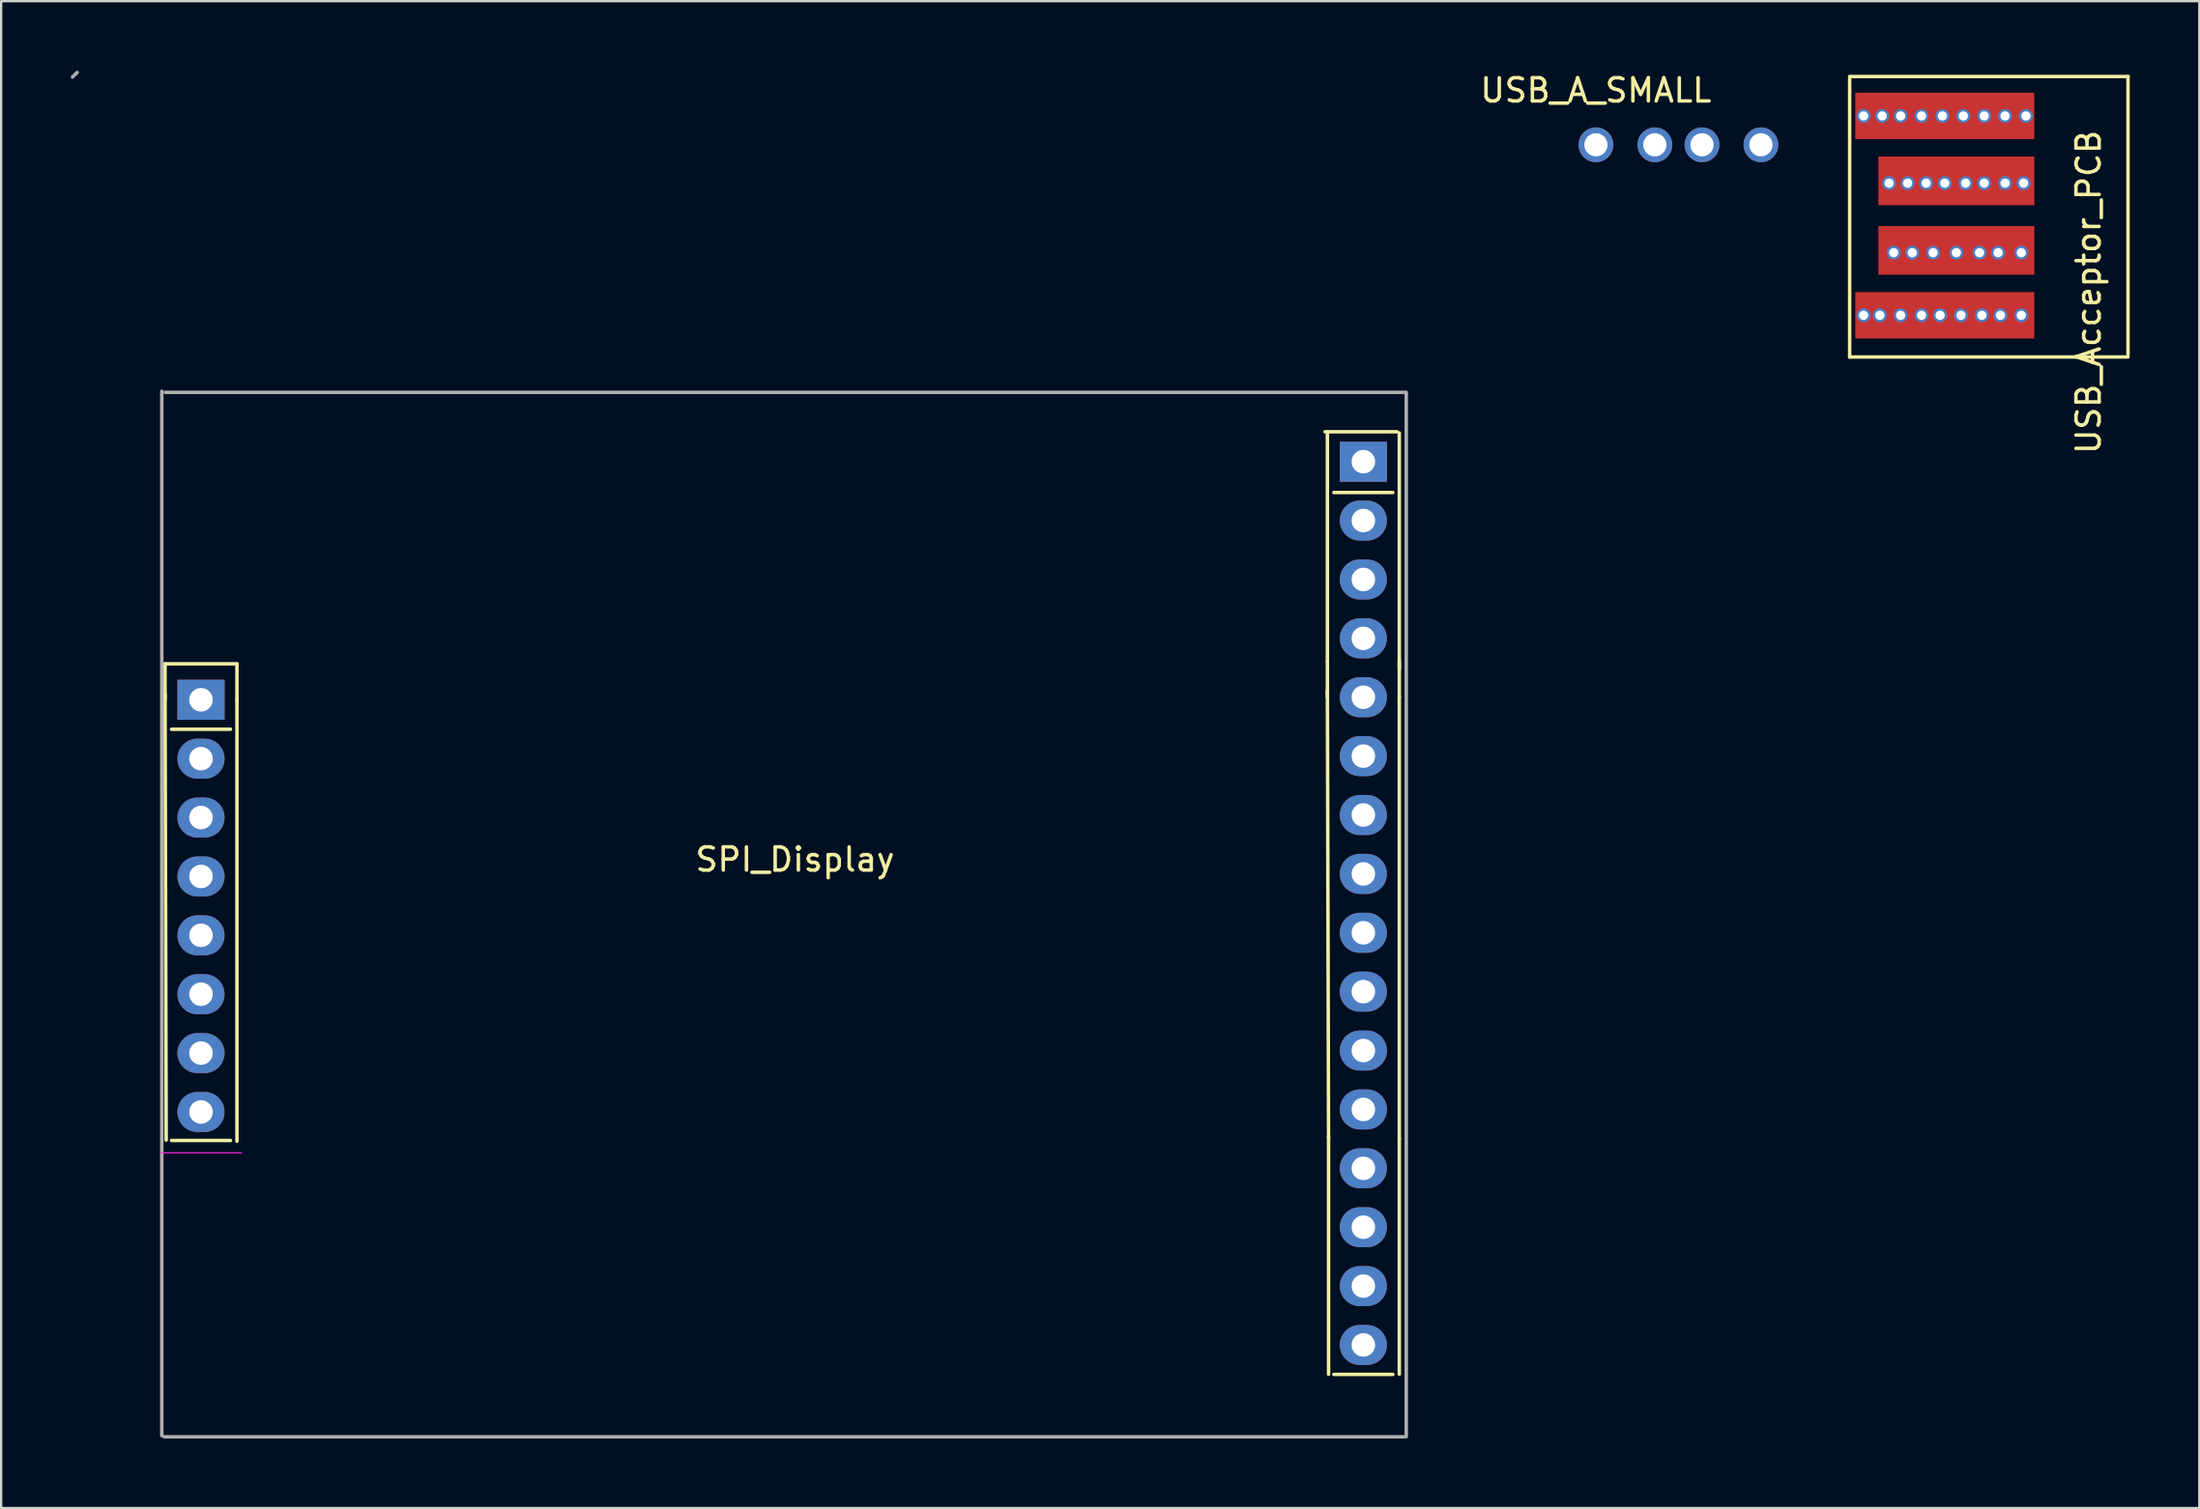
<source format=kicad_pcb>
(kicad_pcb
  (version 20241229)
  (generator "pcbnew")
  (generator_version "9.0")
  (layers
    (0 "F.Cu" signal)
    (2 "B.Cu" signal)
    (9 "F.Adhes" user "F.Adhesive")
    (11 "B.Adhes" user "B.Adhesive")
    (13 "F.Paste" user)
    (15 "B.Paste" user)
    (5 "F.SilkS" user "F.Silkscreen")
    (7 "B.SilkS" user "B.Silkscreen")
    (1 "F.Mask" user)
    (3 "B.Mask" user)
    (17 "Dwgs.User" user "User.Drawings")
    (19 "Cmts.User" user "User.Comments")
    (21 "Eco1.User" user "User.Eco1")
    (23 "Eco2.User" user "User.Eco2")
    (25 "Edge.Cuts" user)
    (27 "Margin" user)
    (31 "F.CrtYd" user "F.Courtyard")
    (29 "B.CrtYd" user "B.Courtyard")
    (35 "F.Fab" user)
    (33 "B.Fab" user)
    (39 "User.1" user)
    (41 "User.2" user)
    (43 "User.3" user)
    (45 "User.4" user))
  (footprint "USB_Acceptor_PCB"
    (layer "F.Cu")
    (at 80.79 0.25)
    (property "Reference" "USB_Acceptor_PCB" (at 6.2 9.3 90) (layer "F.SilkS") (effects (font (size 1 1) (thickness 0.15))))
    (attr through_hole)
    (fp_line (start -4.1 0) (end 7.9 0) (stroke (width 0.15) (type solid)) (layer "F.SilkS"))
    (fp_line (start -4.1 0.1) (end -4.1 12.1) (stroke (width 0.15) (type solid)) (layer "F.SilkS"))
    (fp_line (start -4.1 12.1) (end 7.9 12.1) (stroke (width 0.15) (type solid)) (layer "F.SilkS"))
    (fp_line (start 7.9 0) (end 7.9 12) (stroke (width 0.15) (type solid)) (layer "F.SilkS"))
    (pad "1" thru_hole circle (at -3.5 1.7) (size 0.6 0.6) (drill 0.4) (layers "*.Cu" "*.Mask"))
    (pad "1" thru_hole circle (at -2.7 1.7) (size 0.6 0.6) (drill 0.4) (layers "*.Cu" "*.Mask"))
    (pad "1" thru_hole circle (at -1.9 1.7) (size 0.6 0.6) (drill 0.4) (layers "*.Cu" "*.Mask"))
    (pad "1" thru_hole circle (at -1 1.7) (size 0.6 0.6) (drill 0.4) (layers "*.Cu" "*.Mask"))
    (pad "1" thru_hole circle (at -0.1 1.7) (size 0.6 0.6) (drill 0.4) (layers "*.Cu" "*.Mask"))
    (pad "1" smd rect (at 0 1.7) (size 7.72 2) (layers "F.Cu" "F.Mask" "F.Paste"))
    (pad "1" thru_hole circle (at 0.8 1.7) (size 0.6 0.6) (drill 0.4) (layers "*.Cu" "*.Mask"))
    (pad "1" thru_hole circle (at 1.7 1.7) (size 0.6 0.6) (drill 0.4) (layers "*.Cu" "*.Mask"))
    (pad "1" thru_hole circle (at 2.6 1.7) (size 0.6 0.6) (drill 0.4) (layers "*.Cu" "*.Mask"))
    (pad "1" thru_hole circle (at 3.5 1.7) (size 0.6 0.6) (drill 0.4) (layers "*.Cu" "*.Mask"))
    (pad "2" thru_hole circle (at -2.4 4.6) (size 0.6 0.6) (drill 0.4) (layers "*.Cu" "*.Mask"))
    (pad "2" thru_hole circle (at -1.6 4.6) (size 0.6 0.6) (drill 0.4) (layers "*.Cu" "*.Mask"))
    (pad "2" thru_hole circle (at -0.8 4.6) (size 0.6 0.6) (drill 0.4) (layers "*.Cu" "*.Mask"))
    (pad "2" thru_hole circle (at 0 4.6) (size 0.6 0.6) (drill 0.4) (layers "*.Cu" "*.Mask"))
    (pad "2" smd rect (at 0.5 4.5) (size 6.72 2.1) (layers "F.Cu" "F.Mask" "F.Paste"))
    (pad "2" thru_hole circle (at 0.9 4.6) (size 0.6 0.6) (drill 0.4) (layers "*.Cu" "*.Mask"))
    (pad "2" thru_hole circle (at 1.7 4.6) (size 0.6 0.6) (drill 0.4) (layers "*.Cu" "*.Mask"))
    (pad "2" thru_hole circle (at 2.6 4.6) (size 0.6 0.6) (drill 0.4) (layers "*.Cu" "*.Mask"))
    (pad "2" thru_hole circle (at 3.4 4.6) (size 0.6 0.6) (drill 0.4) (layers "*.Cu" "*.Mask"))
    (pad "3" thru_hole circle (at -2.2 7.6) (size 0.6 0.6) (drill 0.4) (layers "*.Cu" "*.Mask"))
    (pad "3" thru_hole circle (at -1.4 7.6) (size 0.6 0.6) (drill 0.4) (layers "*.Cu" "*.Mask"))
    (pad "3" thru_hole circle (at -0.5 7.6) (size 0.6 0.6) (drill 0.4) (layers "*.Cu" "*.Mask"))
    (pad "3" smd rect (at 0.5 7.5) (size 6.72 2.1) (layers "F.Cu" "F.Mask" "F.Paste"))
    (pad "3" thru_hole circle (at 0.5 7.6) (size 0.6 0.6) (drill 0.4) (layers "*.Cu" "*.Mask"))
    (pad "3" thru_hole circle (at 1.5 7.6) (size 0.6 0.6) (drill 0.4) (layers "*.Cu" "*.Mask"))
    (pad "3" thru_hole circle (at 2.3 7.6) (size 0.6 0.6) (drill 0.4) (layers "*.Cu" "*.Mask"))
    (pad "3" thru_hole circle (at 3.3 7.6) (size 0.6 0.6) (drill 0.4) (layers "*.Cu" "*.Mask"))
    (pad "4" thru_hole circle (at -3.5 10.3) (size 0.6 0.6) (drill 0.4) (layers "*.Cu" "*.Mask"))
    (pad "4" thru_hole circle (at -2.8 10.3) (size 0.6 0.6) (drill 0.4) (layers "*.Cu" "*.Mask"))
    (pad "4" thru_hole circle (at -1.9 10.3) (size 0.6 0.6) (drill 0.4) (layers "*.Cu" "*.Mask"))
    (pad "4" thru_hole circle (at -1 10.3) (size 0.6 0.6) (drill 0.4) (layers "*.Cu" "*.Mask"))
    (pad "4" thru_hole circle (at -0.2 10.3) (size 0.6 0.6) (drill 0.4) (layers "*.Cu" "*.Mask"))
    (pad "4" smd rect (at 0 10.3) (size 7.72 2) (layers "F.Cu" "F.Mask" "F.Paste"))
    (pad "4" thru_hole circle (at 0.7 10.3) (size 0.6 0.6) (drill 0.4) (layers "*.Cu" "*.Mask"))
    (pad "4" thru_hole circle (at 1.6 10.3) (size 0.6 0.6) (drill 0.4) (layers "*.Cu" "*.Mask"))
    (pad "4" thru_hole circle (at 2.4 10.3) (size 0.6 0.6) (drill 0.4) (layers "*.Cu" "*.Mask"))
    (pad "4" thru_hole circle (at 3.3 10.3) (size 0.6 0.6) (drill 0.4) (layers "*.Cu" "*.Mask")))
  (footprint "SPI_Display"
    (layer "F.Cu")
    (at 5.725 27.025)
    (property "Reference" "SPI_Display" (at 25.5 7 0) (layer "F.SilkS") (effects (font (size 1 1) (thickness 0.15))))
    (attr through_hole)
    (fp_line (start -1.66 -1.44) (end 1.44 -1.44) (stroke (width 0.15) (type solid)) (layer "F.SilkS"))
    (fp_line (start -1.66 -0.15) (end -1.61 19.1) (stroke (width 0.15) (type solid)) (layer "F.SilkS"))
    (fp_line (start -1.66 0.11) (end -1.66 -1.44) (stroke (width 0.15) (type solid)) (layer "F.SilkS"))
    (fp_line (start -1.38 19.12) (end 1.16 19.12) (stroke (width 0.15) (type solid)) (layer "F.SilkS"))
    (fp_line (start 1.16 1.38) (end -1.38 1.38) (stroke (width 0.15) (type solid)) (layer "F.SilkS"))
    (fp_line (start 1.44 -1.44) (end 1.44 0.11) (stroke (width 0.15) (type solid)) (layer "F.SilkS"))
    (fp_line (start 1.44 0.1) (end 1.44 19.15) (stroke (width 0.15) (type solid)) (layer "F.SilkS"))
    (fp_line (start 48.35 -11.45) (end 51.45 -11.45) (stroke (width 0.15) (type solid)) (layer "F.SilkS"))
    (fp_line (start 48.45 -1.55) (end 48.45 -11.45) (stroke (width 0.15) (type solid)) (layer "F.SilkS"))
    (fp_line (start 48.45 -0.26) (end 48.5 18.99) (stroke (width 0.15) (type solid)) (layer "F.SilkS"))
    (fp_line (start 48.45 0) (end 48.45 -1.55) (stroke (width 0.15) (type solid)) (layer "F.SilkS"))
    (fp_line (start 48.5 18.95) (end 48.5 29.2) (stroke (width 0.15) (type solid)) (layer "F.SilkS"))
    (fp_line (start 48.73 29.21) (end 51.27 29.21) (stroke (width 0.15) (type solid)) (layer "F.SilkS"))
    (fp_line (start 51.27 -8.83) (end 48.73 -8.83) (stroke (width 0.15) (type solid)) (layer "F.SilkS"))
    (fp_line (start 51.55 -1.55) (end 51.55 0) (stroke (width 0.15) (type solid)) (layer "F.SilkS"))
    (fp_line (start 51.55 -1.25) (end 51.55 -11.4) (stroke (width 0.15) (type solid)) (layer "F.SilkS"))
    (fp_line (start 51.55 -0.01) (end 51.55 19.04) (stroke (width 0.15) (type solid)) (layer "F.SilkS"))
    (fp_line (start 51.55 19.05) (end 51.55 29.2) (stroke (width 0.15) (type solid)) (layer "F.SilkS"))
    (fp_line (start -1.86 19.65) (end 1.64 19.65) (stroke (width 0.05) (type solid)) (layer "F.CrtYd"))
    (fp_line (start -5.65 -26.75) (end -5.45 -26.95) (stroke (width 0.15) (type solid)) (layer "F.Fab"))
    (fp_line (start -1.8 -13.2) (end -1.8 31.85) (stroke (width 0.15) (type solid)) (layer "F.Fab"))
    (fp_line (start -1.7 31.9) (end 51.75 31.9) (stroke (width 0.15) (type solid)) (layer "F.Fab"))
    (fp_line (start -1.65 -13.15) (end 51.8 -13.15) (stroke (width 0.15) (type solid)) (layer "F.Fab"))
    (fp_line (start 51.85 -13.15) (end 51.85 31.9) (stroke (width 0.15) (type solid)) (layer "F.Fab"))
    (pad "1" thru_hole rect (at -0.11 0.11) (size 2.032 1.727) (drill 1.016) (layers "*.Cu" "*.Mask"))
    (pad "2" thru_hole oval (at -0.11 2.65) (size 2.032 1.727) (drill 1.016) (layers "*.Cu" "*.Mask"))
    (pad "3" thru_hole oval (at -0.11 5.19) (size 2.032 1.727) (drill 1.016) (layers "*.Cu" "*.Mask"))
    (pad "4" thru_hole oval (at -0.11 7.73) (size 2.032 1.727) (drill 1.016) (layers "*.Cu" "*.Mask"))
    (pad "5" thru_hole oval (at -0.11 10.27) (size 2.032 1.727) (drill 1.016) (layers "*.Cu" "*.Mask"))
    (pad "6" thru_hole oval (at -0.11 12.81) (size 2.032 1.727) (drill 1.016) (layers "*.Cu" "*.Mask"))
    (pad "7" thru_hole oval (at -0.11 15.35) (size 2.032 1.727) (drill 1.016) (layers "*.Cu" "*.Mask"))
    (pad "8" thru_hole oval (at -0.11 17.89) (size 2.032 1.727) (drill 1.016) (layers "*.Cu" "*.Mask"))
    (pad "9" thru_hole rect (at 50 -10.16) (size 2.032 1.727) (drill 1.016) (layers "*.Cu" "*.Mask"))
    (pad "10" thru_hole oval (at 50 -7.62) (size 2.032 1.727) (drill 1.016) (layers "*.Cu" "*.Mask"))
    (pad "11" thru_hole oval (at 50 -5.08) (size 2.032 1.727) (drill 1.016) (layers "*.Cu" "*.Mask"))
    (pad "12" thru_hole oval (at 50 -2.54) (size 2.032 1.727) (drill 1.016) (layers "*.Cu" "*.Mask"))
    (pad "13" thru_hole oval (at 50 0) (size 2.032 1.727) (drill 1.016) (layers "*.Cu" "*.Mask"))
    (pad "14" thru_hole oval (at 50 2.54) (size 2.032 1.727) (drill 1.016) (layers "*.Cu" "*.Mask"))
    (pad "15" thru_hole oval (at 50 5.08) (size 2.032 1.727) (drill 1.016) (layers "*.Cu" "*.Mask"))
    (pad "16" thru_hole oval (at 50 7.62) (size 2.032 1.727) (drill 1.016) (layers "*.Cu" "*.Mask"))
    (pad "17" thru_hole oval (at 50 10.16) (size 2.032 1.727) (drill 1.016) (layers "*.Cu" "*.Mask"))
    (pad "18" thru_hole oval (at 50 12.7) (size 2.032 1.727) (drill 1.016) (layers "*.Cu" "*.Mask"))
    (pad "19" thru_hole oval (at 50 15.24) (size 2.032 1.727) (drill 1.016) (layers "*.Cu" "*.Mask"))
    (pad "20" thru_hole oval (at 50 17.78) (size 2.032 1.727) (drill 1.016) (layers "*.Cu" "*.Mask"))
    (pad "21" thru_hole oval (at 50 20.32) (size 2.032 1.727) (drill 1.016) (layers "*.Cu" "*.Mask"))
    (pad "22" thru_hole oval (at 50 22.86) (size 2.032 1.727) (drill 1.016) (layers "*.Cu" "*.Mask"))
    (pad "23" thru_hole oval (at 50 25.4) (size 2.032 1.727) (drill 1.016) (layers "*.Cu" "*.Mask"))
    (pad "24" thru_hole oval (at 50 27.94) (size 2.032 1.727) (drill 1.016) (layers "*.Cu" "*.Mask")))
  (footprint "USB_A_SMALL"
    (layer "F.Cu")
    (at 65.751 3.198)
    (property "Reference" "USB_A_SMALL" (at 0 -2.35 0) (layer "F.SilkS") (effects (font (size 1 1) (thickness 0.15))))
    (attr through_hole)
    (pad "1" thru_hole circle (at 0.001 -0.002 270) (size 1.501 1.501) (drill 1.001) (layers "*.Cu" "*.Mask"))
    (pad "2" thru_hole circle (at 2.541 -0.002 270) (size 1.501 1.501) (drill 1.001) (layers "*.Cu" "*.Mask"))
    (pad "3" thru_hole circle (at 4.573 -0.002 270) (size 1.501 1.501) (drill 1.001) (layers "*.Cu" "*.Mask"))
    (pad "4" thru_hole circle (at 7.113 -0.002 270) (size 1.501 1.501) (drill 1.001) (layers "*.Cu" "*.Mask")))
  (gr_rect
    (start -3 -3)
    (end 91.765 62)
    (stroke (width 0.1) (type default))
    (fill no)
    (layer "Edge.Cuts")))
</source>
